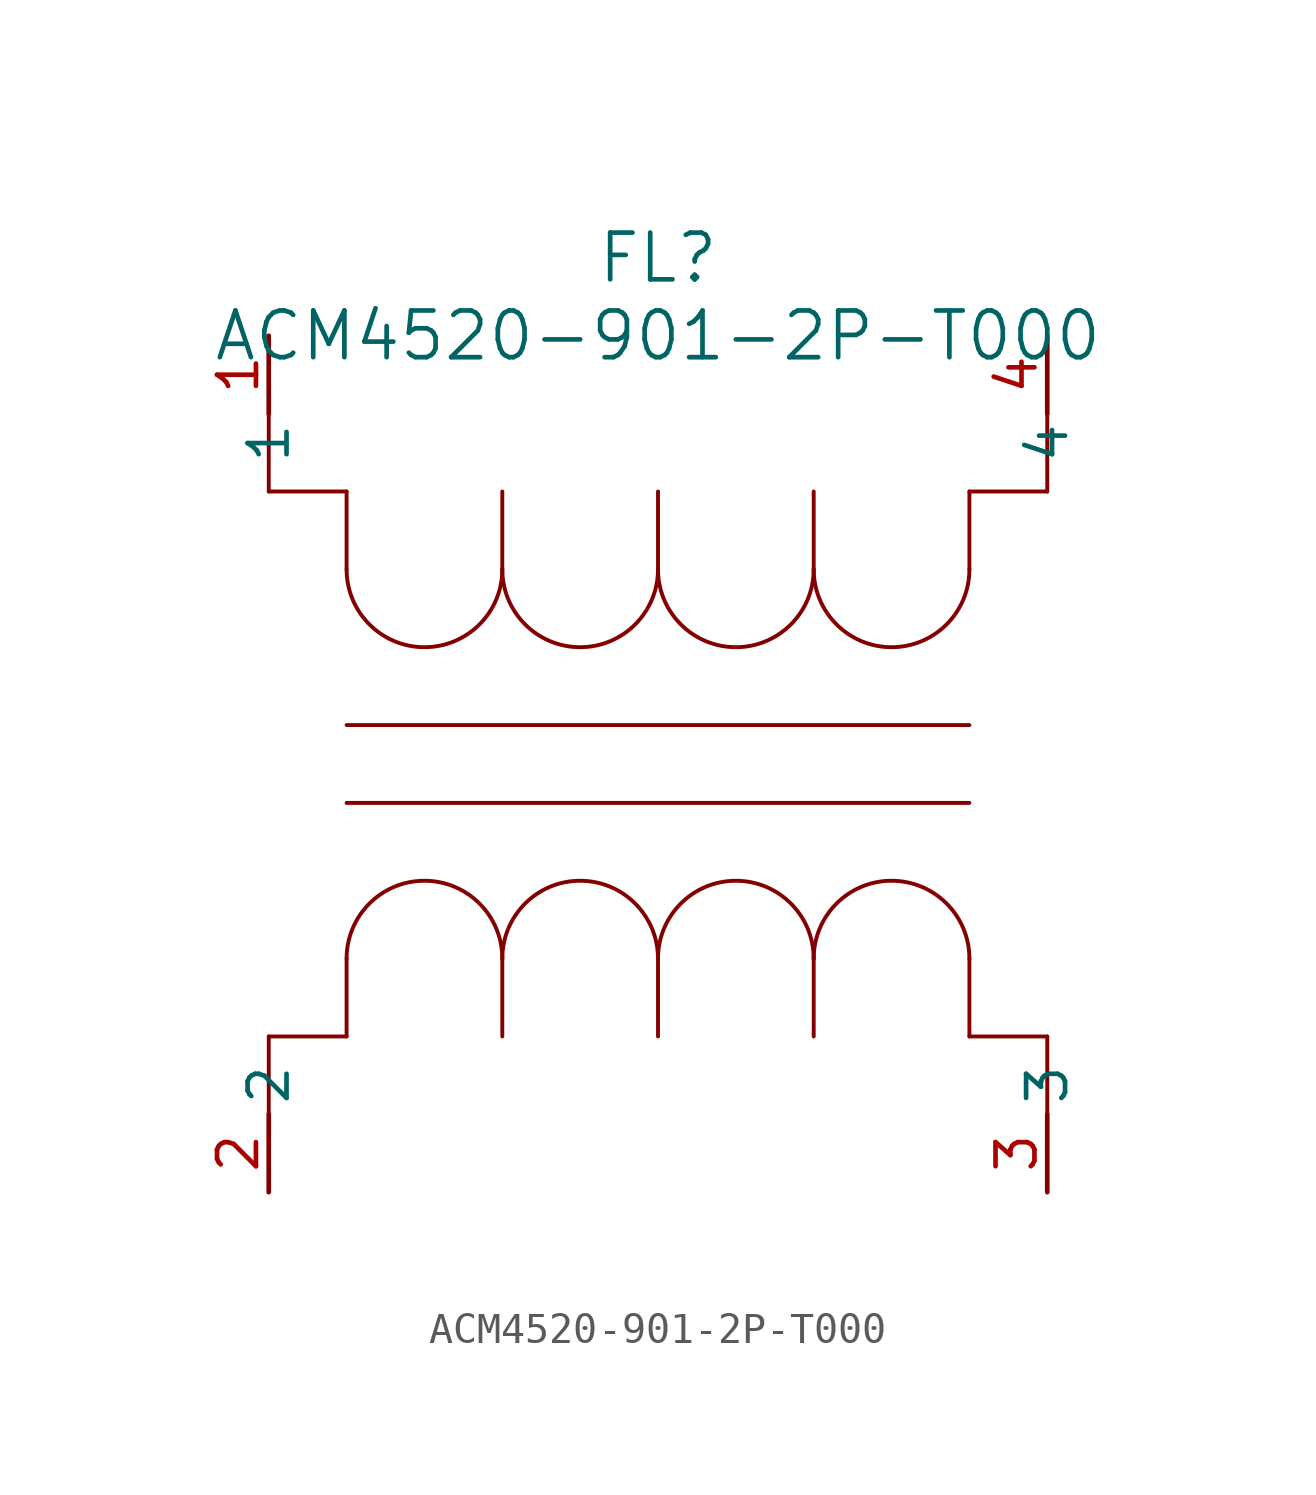
<source format=kicad_sym>
(kicad_symbol_lib
  (version 20211014)
  (generator kicad_symbol_editor)
  (symbol "ACM4520-901-2P-T000"
    (pin_names
      (offset 0.254))
    (property "Reference" "FL"
      (at 12.7 2.54 0)
      (effects (font (size 1.524 1.524))))
    (property "Value" "ACM4520-901-2P-T000"
      (at 12.7 0 0)
      (effects (font (size 1.524 1.524))))
    (symbol "ACM4520-901-2P-T000_0_1"
      (polyline (pts (xy 25.4 -25.4) (xy 25.4 -22.86)) (stroke (width 0.127) (type default) (color 0 0 0 0)) (fill (type none)))
      (polyline (pts (xy 0 -22.86) (xy 0 -25.4)) (stroke (width 0.127) (type default) (color 0 0 0 0)) (fill (type none)))
      (arc (start 7.62 -20.32) (mid 5.08 -17.78) (end 2.54 -20.32) (stroke (width 0.127) (type default) (color 0 0 0 0)) (fill (type none)))
      (polyline (pts (xy 2.54 -20.32) (xy 2.54 -22.86)) (stroke (width 0.127) (type default) (color 0 0 0 0)) (fill (type none)))
      (polyline (pts (xy 22.86 -5.08) (xy 25.4 -5.08)) (stroke (width 0.127) (type default) (color 0 0 0 0)) (fill (type none)))
      (arc (start 12.7 -20.32) (mid 10.16 -17.78) (end 7.62 -20.32) (stroke (width 0.127) (type default) (color 0 0 0 0)) (fill (type none)))
      (polyline (pts (xy 7.62 -20.32) (xy 7.62 -22.86)) (stroke (width 0.127) (type default) (color 0 0 0 0)) (fill (type none)))
      (polyline (pts (xy 2.54 -5.08) (xy 0 -5.08)) (stroke (width 0.127) (type default) (color 0 0 0 0)) (fill (type none)))
      (arc (start 17.78 -20.32) (mid 15.24 -17.78) (end 12.7 -20.32) (stroke (width 0.127) (type default) (color 0 0 0 0)) (fill (type none)))
      (polyline (pts (xy 12.7 -20.32) (xy 12.7 -22.86)) (stroke (width 0.127) (type default) (color 0 0 0 0)) (fill (type none)))
      (arc (start 22.86 -20.32) (mid 20.32 -17.78) (end 17.78 -20.32) (stroke (width 0.127) (type default) (color 0 0 0 0)) (fill (type none)))
      (polyline (pts (xy 17.78 -20.32) (xy 17.78 -22.86)) (stroke (width 0.127) (type default) (color 0 0 0 0)) (fill (type none)))
      (polyline (pts (xy 22.86 -20.32) (xy 22.86 -22.86)) (stroke (width 0.127) (type default) (color 0 0 0 0)) (fill (type none)))
      (polyline (pts (xy 2.54 -22.86) (xy 0 -22.86)) (stroke (width 0.127) (type default) (color 0 0 0 0)) (fill (type none)))
      (polyline (pts (xy 22.86 -22.86) (xy 25.4 -22.86)) (stroke (width 0.127) (type default) (color 0 0 0 0)) (fill (type none)))
      (polyline (pts (xy 2.54 -12.7) (xy 22.86 -12.7)) (stroke (width 0.127) (type default) (color 0 0 0 0)) (fill (type none)))
      (polyline (pts (xy 2.54 -15.24) (xy 22.86 -15.24)) (stroke (width 0.127) (type default) (color 0 0 0 0)) (fill (type none)))
      (polyline (pts (xy 25.4 -2.54) (xy 25.4 -5.08)) (stroke (width 0.127) (type default) (color 0 0 0 0)) (fill (type none)))
      (polyline (pts (xy 0 -2.54) (xy 0 -5.08)) (stroke (width 0.127) (type default) (color 0 0 0 0)) (fill (type none)))
      (arc (start 2.54 -7.62) (mid 5.08 -10.16) (end 7.62 -7.62) (stroke (width 0.127) (type default) (color 0 0 0 0)) (fill (type none)))
      (polyline (pts (xy 2.54 -7.62) (xy 2.54 -5.08)) (stroke (width 0.127) (type default) (color 0 0 0 0)) (fill (type none)))
      (arc (start 7.62 -7.62) (mid 10.16 -10.16) (end 12.7 -7.62) (stroke (width 0.127) (type default) (color 0 0 0 0)) (fill (type none)))
      (polyline (pts (xy 7.62 -7.62) (xy 7.62 -5.08)) (stroke (width 0.127) (type default) (color 0 0 0 0)) (fill (type none)))
      (arc (start 12.7 -7.62) (mid 15.24 -10.16) (end 17.78 -7.62) (stroke (width 0.127) (type default) (color 0 0 0 0)) (fill (type none)))
      (polyline (pts (xy 12.7 -7.62) (xy 12.7 -5.08)) (stroke (width 0.127) (type default) (color 0 0 0 0)) (fill (type none)))
      (arc (start 17.78 -7.62) (mid 20.32 -10.16) (end 22.86 -7.62) (stroke (width 0.127) (type default) (color 0 0 0 0)) (fill (type none)))
      (polyline (pts (xy 17.78 -7.62) (xy 17.78 -5.08)) (stroke (width 0.127) (type default) (color 0 0 0 0)) (fill (type none)))
      (polyline (pts (xy 22.86 -7.62) (xy 22.86 -5.08)) (stroke (width 0.127) (type default) (color 0 0 0 0)) (fill (type none)))
      (pin unspecified line (at 0 0 270) (length 2.54) (name "1" (effects (font (size 1.27 1.27)))) (number "1" (effects (font (size 1.27 1.27)))))
      (pin unspecified line (at 0 -27.94 90) (length 2.54) (name "2" (effects (font (size 1.27 1.27)))) (number "2" (effects (font (size 1.27 1.27)))))
      (pin unspecified line (at 25.4 -27.94 90) (length 2.54) (name "3" (effects (font (size 1.27 1.27)))) (number "3" (effects (font (size 1.27 1.27)))))
      (pin unspecified line (at 25.4 0 270) (length 2.54) (name "4" (effects (font (size 1.27 1.27)))) (number "4" (effects (font (size 1.27 1.27))))))))
</source>
